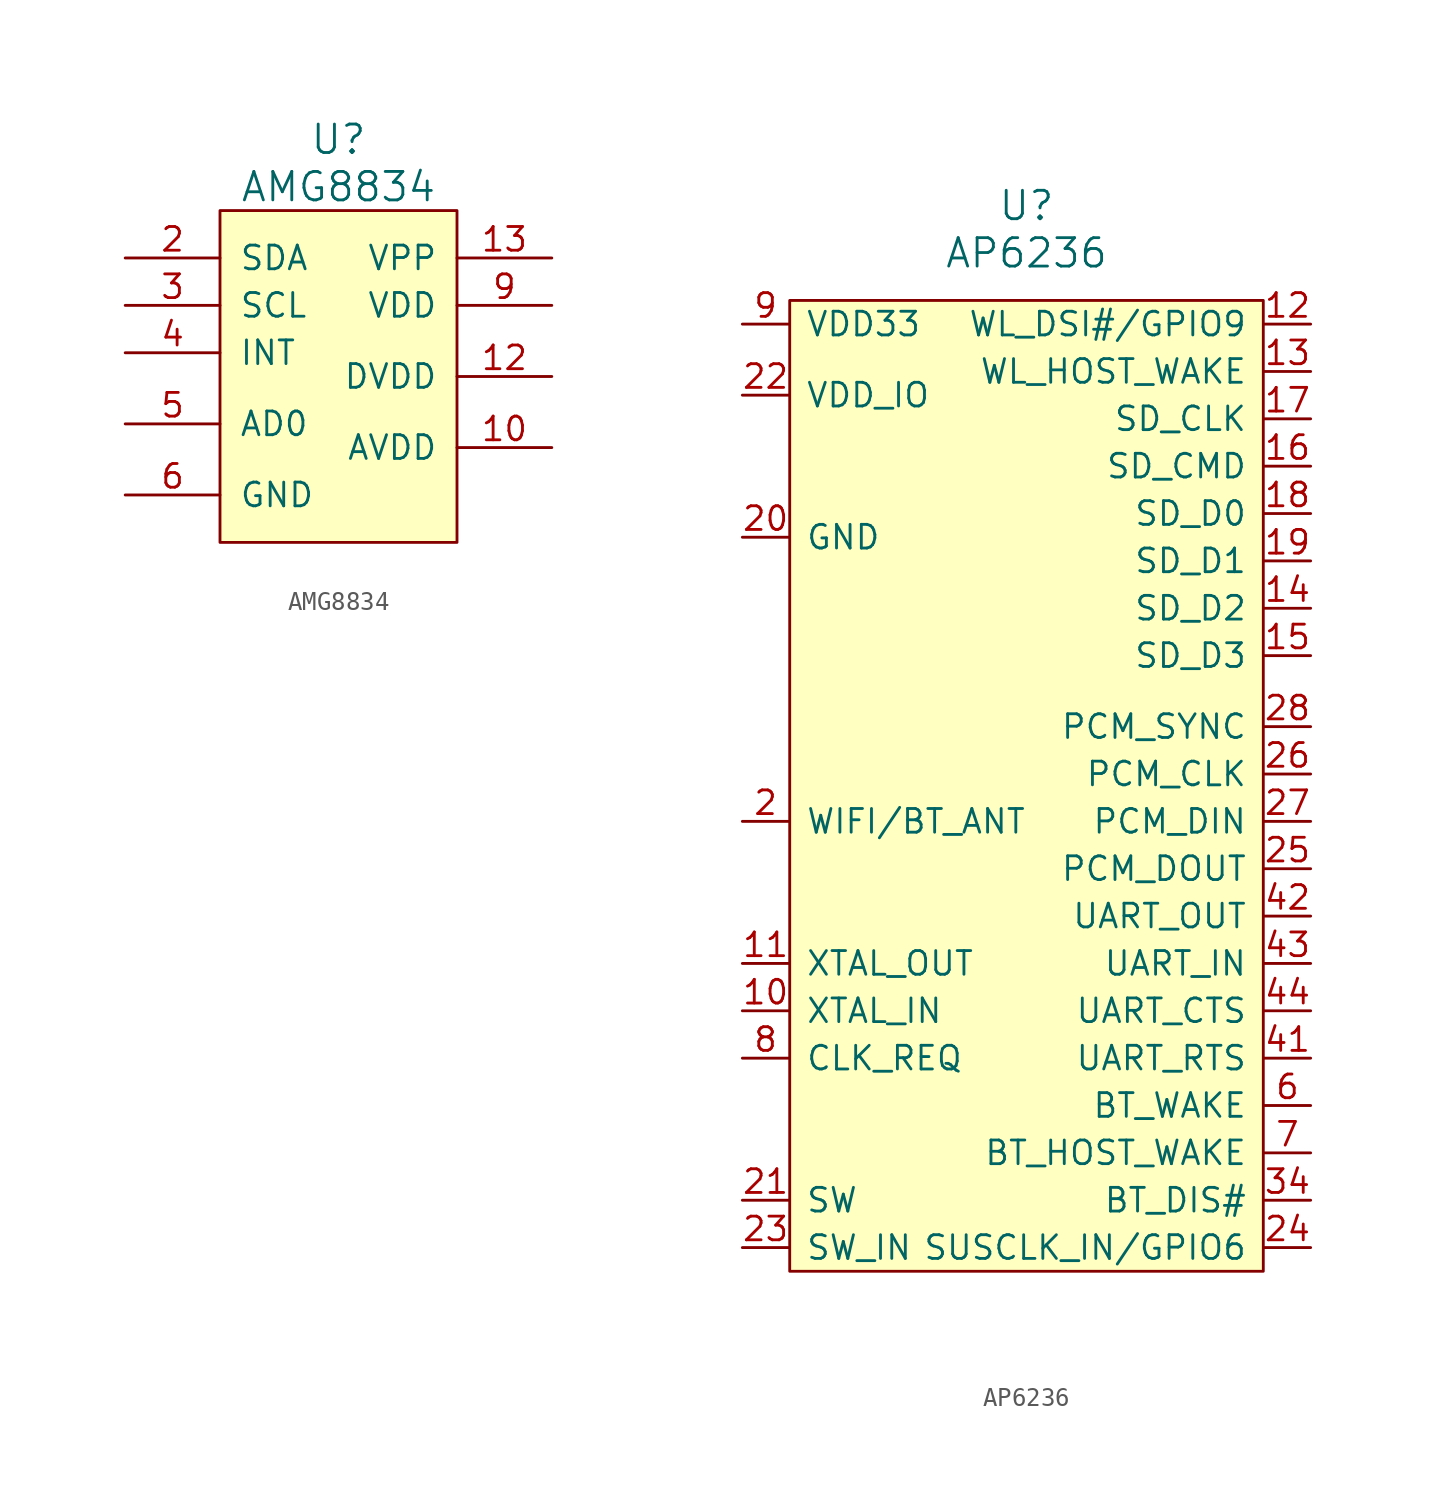
<source format=kicad_sym>
(kicad_symbol_lib
  (version 20231120)
  (generator "kicad_symbol_editor")
  (generator_version "8.0")
  (symbol "AMG8834"
    (pin_names
      (offset 1.016))
    (property "Reference" "U"
      (at 0 13.97 0)
      (effects (font (size 1.524 1.524))))
    (property "Value" "AMG8834"
      (at 0 11.43 0)
      (effects (font (size 1.524 1.524))))
    (symbol "AMG8834_0_1"
      (rectangle (start -6.35 10.16) (end 6.35 -7.62) (stroke (width 0) (type solid)) (fill (type background))))
    (symbol "AMG8834_1_1"
      (pin no_connect line (at 2.54 3.81 180) (length 5.08) hide (name "NC" (effects (font (size 1.27 1.27)))) (number "1" (effects (font (size 1.27 1.27)))))
      (pin input line (at 11.43 -2.54 180) (length 5.08) (name "AVDD" (effects (font (size 1.27 1.27)))) (number "10" (effects (font (size 1.27 1.27)))))
      (pin input line (at 2.54 1.27 180) (length 5.08) hide (name "NC" (effects (font (size 1.27 1.27)))) (number "11" (effects (font (size 1.27 1.27)))))
      (pin input line (at 11.43 1.27 180) (length 5.08) (name "DVDD" (effects (font (size 1.27 1.27)))) (number "12" (effects (font (size 1.27 1.27)))))
      (pin input line (at 11.43 7.62 180) (length 5.08) (name "VPP" (effects (font (size 1.27 1.27)))) (number "13" (effects (font (size 1.27 1.27)))))
      (pin no_connect line (at 2.54 0 180) (length 5.08) hide (name "NC" (effects (font (size 1.27 1.27)))) (number "14" (effects (font (size 1.27 1.27)))))
      (pin input line (at -11.43 7.62 0) (length 5.08) (name "SDA" (effects (font (size 1.27 1.27)))) (number "2" (effects (font (size 1.27 1.27)))))
      (pin input line (at -11.43 5.08 0) (length 5.08) (name "SCL" (effects (font (size 1.27 1.27)))) (number "3" (effects (font (size 1.27 1.27)))))
      (pin input line (at -11.43 2.54 0) (length 5.08) (name "INT" (effects (font (size 1.27 1.27)))) (number "4" (effects (font (size 1.27 1.27)))))
      (pin input line (at -11.43 -1.27 0) (length 5.08) (name "AD0" (effects (font (size 1.27 1.27)))) (number "5" (effects (font (size 1.27 1.27)))))
      (pin input line (at -11.43 -5.08 0) (length 5.08) (name "GND" (effects (font (size 1.27 1.27)))) (number "6" (effects (font (size 1.27 1.27)))))
      (pin no_connect line (at 2.54 2.54 180) (length 5.08) hide (name "NC" (effects (font (size 1.27 1.27)))) (number "7" (effects (font (size 1.27 1.27)))))
      (pin no_connect line (at 2.54 -1.27 180) (length 5.08) hide (name "NC" (effects (font (size 1.27 1.27)))) (number "8" (effects (font (size 1.27 1.27)))))
      (pin input line (at 11.43 5.08 180) (length 5.08) (name "VDD" (effects (font (size 1.27 1.27)))) (number "9" (effects (font (size 1.27 1.27)))))))
  (symbol "AP6236"
    (pin_names
      (offset 0.889))
    (property "Reference" "U"
      (at 0 33.02 0)
      (effects (font (size 1.524 1.524))))
    (property "Value" "AP6236"
      (at 0 30.48 0)
      (effects (font (size 1.524 1.524))))
    (property "Footprint" ""
      (at 0 -5.08 0)
      (effects (font (size 1.524 1.524))))
    (property "Datasheet" ""
      (at 0 -5.08 0)
      (effects (font (size 1.524 1.524))))
    (symbol "AP6236_0_1"
      (rectangle (start -12.7 27.94) (end 12.7 -24.13) (stroke (width 0) (type solid)) (fill (type background))))
    (symbol "AP6236_1_1"
      (pin power_in line (at -15.24 15.24 0) (length 2.489) hide (name "GND" (effects (font (size 1.27 1.27)))) (number "1" (effects (font (size 1.27 1.27)))))
      (pin input line (at -15.24 -10.16 0) (length 2.489) (name "XTAL_IN" (effects (font (size 1.27 1.27)))) (number "10" (effects (font (size 1.27 1.27)))))
      (pin output line (at -15.24 -7.62 0) (length 2.489) (name "XTAL_OUT" (effects (font (size 1.27 1.27)))) (number "11" (effects (font (size 1.27 1.27)))))
      (pin bidirectional line (at 15.24 26.67 180) (length 2.489) (name "WL_DSI#/GPIO9" (effects (font (size 1.27 1.27)))) (number "12" (effects (font (size 1.27 1.27)))))
      (pin input line (at 15.24 24.13 180) (length 2.489) (name "WL_HOST_WAKE" (effects (font (size 1.27 1.27)))) (number "13" (effects (font (size 1.27 1.27)))))
      (pin bidirectional line (at 15.24 11.43 180) (length 2.489) (name "SD_D2" (effects (font (size 1.27 1.27)))) (number "14" (effects (font (size 1.27 1.27)))))
      (pin bidirectional line (at 15.24 8.89 180) (length 2.489) (name "SD_D3" (effects (font (size 1.27 1.27)))) (number "15" (effects (font (size 1.27 1.27)))))
      (pin bidirectional line (at 15.24 19.05 180) (length 2.489) (name "SD_CMD" (effects (font (size 1.27 1.27)))) (number "16" (effects (font (size 1.27 1.27)))))
      (pin input line (at 15.24 21.59 180) (length 2.489) (name "SD_CLK" (effects (font (size 1.27 1.27)))) (number "17" (effects (font (size 1.27 1.27)))))
      (pin bidirectional line (at 15.24 16.51 180) (length 2.489) (name "SD_D0" (effects (font (size 1.27 1.27)))) (number "18" (effects (font (size 1.27 1.27)))))
      (pin bidirectional line (at 15.24 13.97 180) (length 2.489) (name "SD_D1" (effects (font (size 1.27 1.27)))) (number "19" (effects (font (size 1.27 1.27)))))
      (pin bidirectional line (at -15.24 0 0) (length 2.489) (name "WIFI/BT_ANT" (effects (font (size 1.27 1.27)))) (number "2" (effects (font (size 1.27 1.27)))))
      (pin power_in line (at -15.24 15.24 0) (length 2.489) (name "GND" (effects (font (size 1.27 1.27)))) (number "20" (effects (font (size 1.27 1.27)))))
      (pin power_out line (at -15.24 -20.32 0) (length 2.489) (name "SW" (effects (font (size 1.27 1.27)))) (number "21" (effects (font (size 1.27 1.27)))))
      (pin power_in line (at -15.24 22.86 0) (length 2.489) (name "VDD_IO" (effects (font (size 1.27 1.27)))) (number "22" (effects (font (size 1.27 1.27)))))
      (pin power_in line (at -15.24 -22.86 0) (length 2.489) (name "SW_IN" (effects (font (size 1.27 1.27)))) (number "23" (effects (font (size 1.27 1.27)))))
      (pin bidirectional line (at 15.24 -22.86 180) (length 2.489) (name "SUSCLK_IN/GPIO6" (effects (font (size 1.27 1.27)))) (number "24" (effects (font (size 1.27 1.27)))))
      (pin output line (at 15.24 -2.54 180) (length 2.489) (name "PCM_DOUT" (effects (font (size 1.27 1.27)))) (number "25" (effects (font (size 1.27 1.27)))))
      (pin input line (at 15.24 2.54 180) (length 2.489) (name "PCM_CLK" (effects (font (size 1.27 1.27)))) (number "26" (effects (font (size 1.27 1.27)))))
      (pin input line (at 15.24 0 180) (length 2.489) (name "PCM_DIN" (effects (font (size 1.27 1.27)))) (number "27" (effects (font (size 1.27 1.27)))))
      (pin input line (at 15.24 5.08 180) (length 2.489) (name "PCM_SYNC" (effects (font (size 1.27 1.27)))) (number "28" (effects (font (size 1.27 1.27)))))
      (pin no_connect line (at -1.27 0 180) (length 2.489) hide (name "NC" (effects (font (size 1.27 1.27)))) (number "29" (effects (font (size 1.27 1.27)))))
      (pin no_connect line (at -1.27 20.32 180) (length 2.489) hide (name "NC" (effects (font (size 1.27 1.27)))) (number "3" (effects (font (size 1.27 1.27)))))
      (pin no_connect line (at -1.27 -2.54 180) (length 2.489) hide (name "NC" (effects (font (size 1.27 1.27)))) (number "30" (effects (font (size 1.27 1.27)))))
      (pin power_in line (at -15.24 15.24 0) (length 2.489) hide (name "GND" (effects (font (size 1.27 1.27)))) (number "31" (effects (font (size 1.27 1.27)))))
      (pin no_connect line (at -1.27 -5.08 180) (length 2.489) hide (name "NC" (effects (font (size 1.27 1.27)))) (number "32" (effects (font (size 1.27 1.27)))))
      (pin power_in line (at -15.24 15.24 0) (length 2.489) hide (name "GND" (effects (font (size 1.27 1.27)))) (number "33" (effects (font (size 1.27 1.27)))))
      (pin input line (at 15.24 -20.32 180) (length 2.489) (name "BT_DIS#" (effects (font (size 1.27 1.27)))) (number "34" (effects (font (size 1.27 1.27)))))
      (pin no_connect line (at -1.27 -7.62 180) (length 2.489) hide (name "NC" (effects (font (size 1.27 1.27)))) (number "35" (effects (font (size 1.27 1.27)))))
      (pin power_in line (at -15.24 15.24 0) (length 2.489) hide (name "GND" (effects (font (size 1.27 1.27)))) (number "36" (effects (font (size 1.27 1.27)))))
      (pin no_connect line (at -1.27 -10.16 180) (length 2.489) hide (name "NC" (effects (font (size 1.27 1.27)))) (number "37" (effects (font (size 1.27 1.27)))))
      (pin no_connect line (at -1.27 -12.7 180) (length 2.489) hide (name "NC" (effects (font (size 1.27 1.27)))) (number "38" (effects (font (size 1.27 1.27)))))
      (pin no_connect line (at -1.27 -15.24 180) (length 2.489) hide (name "NC" (effects (font (size 1.27 1.27)))) (number "39" (effects (font (size 1.27 1.27)))))
      (pin no_connect line (at -1.27 17.78 180) (length 2.489) hide (name "NC" (effects (font (size 1.27 1.27)))) (number "4" (effects (font (size 1.27 1.27)))))
      (pin no_connect line (at -1.27 -17.78 180) (length 2.489) hide (name "NC" (effects (font (size 1.27 1.27)))) (number "40" (effects (font (size 1.27 1.27)))))
      (pin output line (at 15.24 -12.7 180) (length 2.489) (name "UART_RTS" (effects (font (size 1.27 1.27)))) (number "41" (effects (font (size 1.27 1.27)))))
      (pin output line (at 15.24 -5.08 180) (length 2.489) (name "UART_OUT" (effects (font (size 1.27 1.27)))) (number "42" (effects (font (size 1.27 1.27)))))
      (pin input line (at 15.24 -7.62 180) (length 2.489) (name "UART_IN" (effects (font (size 1.27 1.27)))) (number "43" (effects (font (size 1.27 1.27)))))
      (pin input line (at 15.24 -10.16 180) (length 2.489) (name "UART_CTS" (effects (font (size 1.27 1.27)))) (number "44" (effects (font (size 1.27 1.27)))))
      (pin no_connect line (at -1.27 15.24 180) (length 2.489) hide (name "NC" (effects (font (size 1.27 1.27)))) (number "5" (effects (font (size 1.27 1.27)))))
      (pin input line (at 15.24 -15.24 180) (length 2.489) (name "BT_WAKE" (effects (font (size 1.27 1.27)))) (number "6" (effects (font (size 1.27 1.27)))))
      (pin output line (at 15.24 -17.78 180) (length 2.489) (name "BT_HOST_WAKE" (effects (font (size 1.27 1.27)))) (number "7" (effects (font (size 1.27 1.27)))))
      (pin tri_state line (at -15.24 -12.7 0) (length 2.489) (name "CLK_REQ" (effects (font (size 1.27 1.27)))) (number "8" (effects (font (size 1.27 1.27)))))
      (pin power_in line (at -15.24 26.67 0) (length 2.489) (name "VDD33" (effects (font (size 1.27 1.27)))) (number "9" (effects (font (size 1.27 1.27))))))))
</source>
